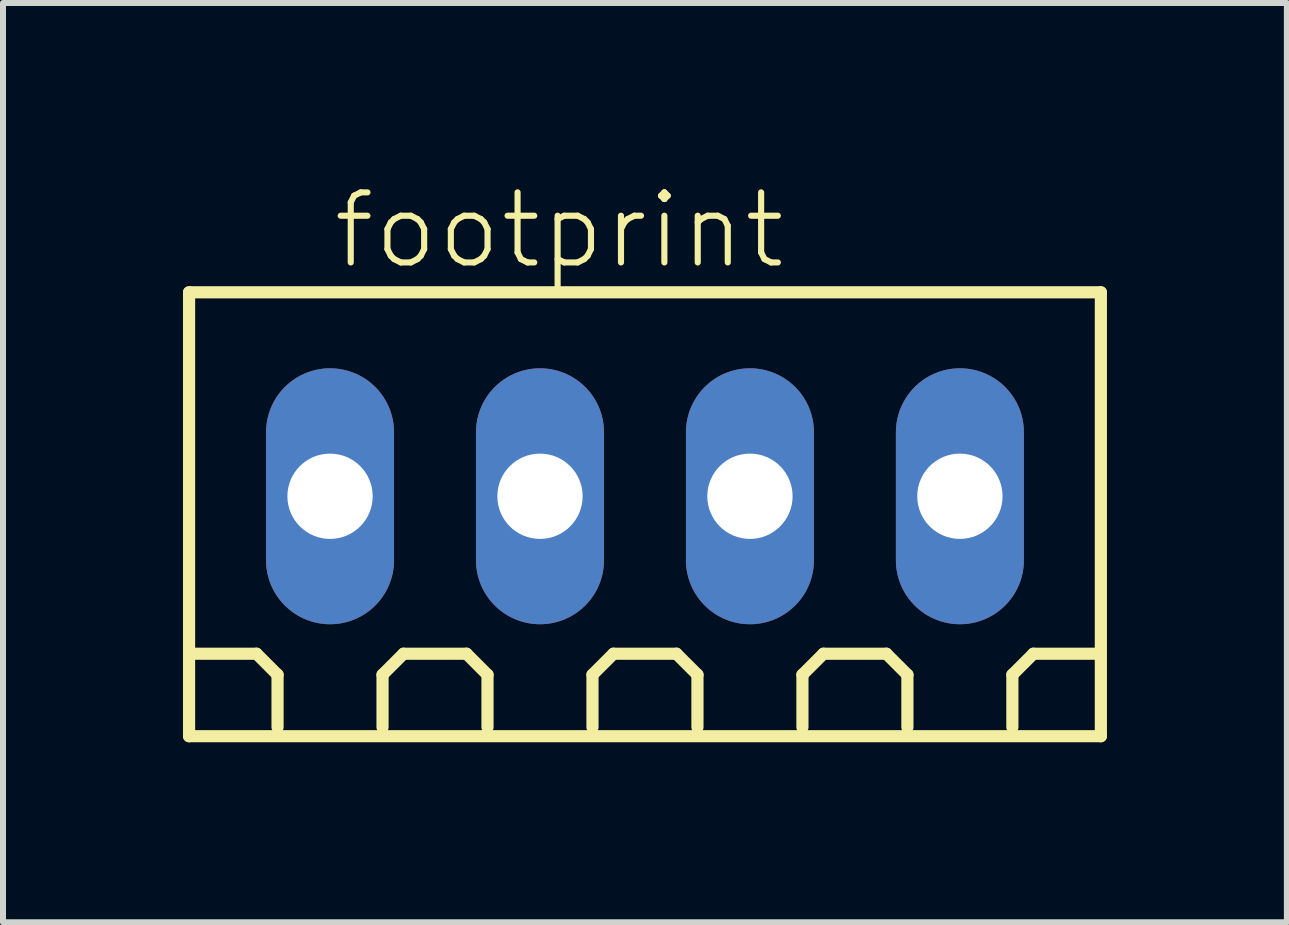
<source format=kicad_pcb>
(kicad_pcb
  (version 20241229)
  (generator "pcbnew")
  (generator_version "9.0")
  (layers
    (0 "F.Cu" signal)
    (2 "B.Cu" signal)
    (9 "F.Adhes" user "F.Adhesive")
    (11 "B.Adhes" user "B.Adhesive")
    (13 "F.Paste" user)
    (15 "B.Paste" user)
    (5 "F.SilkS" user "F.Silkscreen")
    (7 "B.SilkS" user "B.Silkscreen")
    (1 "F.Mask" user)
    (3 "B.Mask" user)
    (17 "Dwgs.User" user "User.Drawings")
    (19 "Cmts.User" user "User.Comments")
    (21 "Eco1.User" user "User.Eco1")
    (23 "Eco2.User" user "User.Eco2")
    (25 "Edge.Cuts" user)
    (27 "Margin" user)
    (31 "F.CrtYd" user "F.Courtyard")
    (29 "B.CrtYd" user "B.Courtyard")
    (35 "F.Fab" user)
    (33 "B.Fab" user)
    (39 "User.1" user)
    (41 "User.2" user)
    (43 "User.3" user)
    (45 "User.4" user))
  (footprint "footprint"
    (layer "F.Cu")
    (at 7.702 5.223)
    (property "Reference" "footprint" (at -5.25 -3.75 0) (layer "F.SilkS") (effects (font (size 1.168 1.168) (thickness 0.102)) (justify left bottom)))
    (fp_line (start -7.6 -3.4) (end 7.6 -3.4) (stroke (width 0.203) (type solid)) (layer "F.SilkS"))
    (fp_line (start -7.6 4) (end -7.6 -3.4) (stroke (width 0.203) (type solid)) (layer "F.SilkS"))
    (fp_line (start -6.475 2.625) (end -7.525 2.625) (stroke (width 0.203) (type solid)) (layer "F.SilkS"))
    (fp_line (start -6.125 2.975) (end -6.475 2.625) (stroke (width 0.203) (type solid)) (layer "F.SilkS"))
    (fp_line (start -6.125 3.85) (end -6.125 2.975) (stroke (width 0.203) (type solid)) (layer "F.SilkS"))
    (fp_line (start -4.375 2.975) (end -4.025 2.625) (stroke (width 0.203) (type solid)) (layer "F.SilkS"))
    (fp_line (start -4.375 3.85) (end -4.375 2.975) (stroke (width 0.203) (type solid)) (layer "F.SilkS"))
    (fp_line (start -4.025 2.625) (end -2.975 2.625) (stroke (width 0.203) (type solid)) (layer "F.SilkS"))
    (fp_line (start -2.975 2.625) (end -2.625 2.975) (stroke (width 0.203) (type solid)) (layer "F.SilkS"))
    (fp_line (start -2.625 2.975) (end -2.625 3.85) (stroke (width 0.203) (type solid)) (layer "F.SilkS"))
    (fp_line (start -0.875 2.975) (end -0.525 2.625) (stroke (width 0.203) (type solid)) (layer "F.SilkS"))
    (fp_line (start -0.875 3.85) (end -0.875 2.975) (stroke (width 0.203) (type solid)) (layer "F.SilkS"))
    (fp_line (start -0.525 2.625) (end 0.525 2.625) (stroke (width 0.203) (type solid)) (layer "F.SilkS"))
    (fp_line (start 0.525 2.625) (end 0.875 2.975) (stroke (width 0.203) (type solid)) (layer "F.SilkS"))
    (fp_line (start 0.875 2.975) (end 0.875 3.85) (stroke (width 0.203) (type solid)) (layer "F.SilkS"))
    (fp_line (start 2.625 2.975) (end 2.975 2.625) (stroke (width 0.203) (type solid)) (layer "F.SilkS"))
    (fp_line (start 2.625 3.85) (end 2.625 2.975) (stroke (width 0.203) (type solid)) (layer "F.SilkS"))
    (fp_line (start 2.975 2.625) (end 4.025 2.625) (stroke (width 0.203) (type solid)) (layer "F.SilkS"))
    (fp_line (start 4.025 2.625) (end 4.375 2.975) (stroke (width 0.203) (type solid)) (layer "F.SilkS"))
    (fp_line (start 4.375 2.975) (end 4.375 3.85) (stroke (width 0.203) (type solid)) (layer "F.SilkS"))
    (fp_line (start 6.125 2.975) (end 6.475 2.625) (stroke (width 0.203) (type solid)) (layer "F.SilkS"))
    (fp_line (start 6.125 3.85) (end 6.125 2.975) (stroke (width 0.203) (type solid)) (layer "F.SilkS"))
    (fp_line (start 6.475 2.625) (end 7.525 2.625) (stroke (width 0.203) (type solid)) (layer "F.SilkS"))
    (fp_line (start 7.6 -3.4) (end 7.6 4) (stroke (width 0.203) (type solid)) (layer "F.SilkS"))
    (fp_line (start 7.6 4) (end -7.6 4) (stroke (width 0.203) (type solid)) (layer "F.SilkS"))
    (pad "1" thru_hole oval (at -5.25 0 90) (size 4.267 2.134) (drill 1.422) (layers "*.Cu" "*.Mask"))
    (pad "2" thru_hole oval (at -1.75 0 90) (size 4.267 2.134) (drill 1.422) (layers "*.Cu" "*.Mask"))
    (pad "3" thru_hole oval (at 1.75 0 90) (size 4.267 2.134) (drill 1.422) (layers "*.Cu" "*.Mask"))
    (pad "4" thru_hole oval (at 5.25 0 90) (size 4.267 2.134) (drill 1.422) (layers "*.Cu" "*.Mask")))
  (gr_rect
    (start -3 -3)
    (end 18.403 12.325)
    (stroke (width 0.1) (type default))
    (fill no)
    (layer "Edge.Cuts")))
</source>
